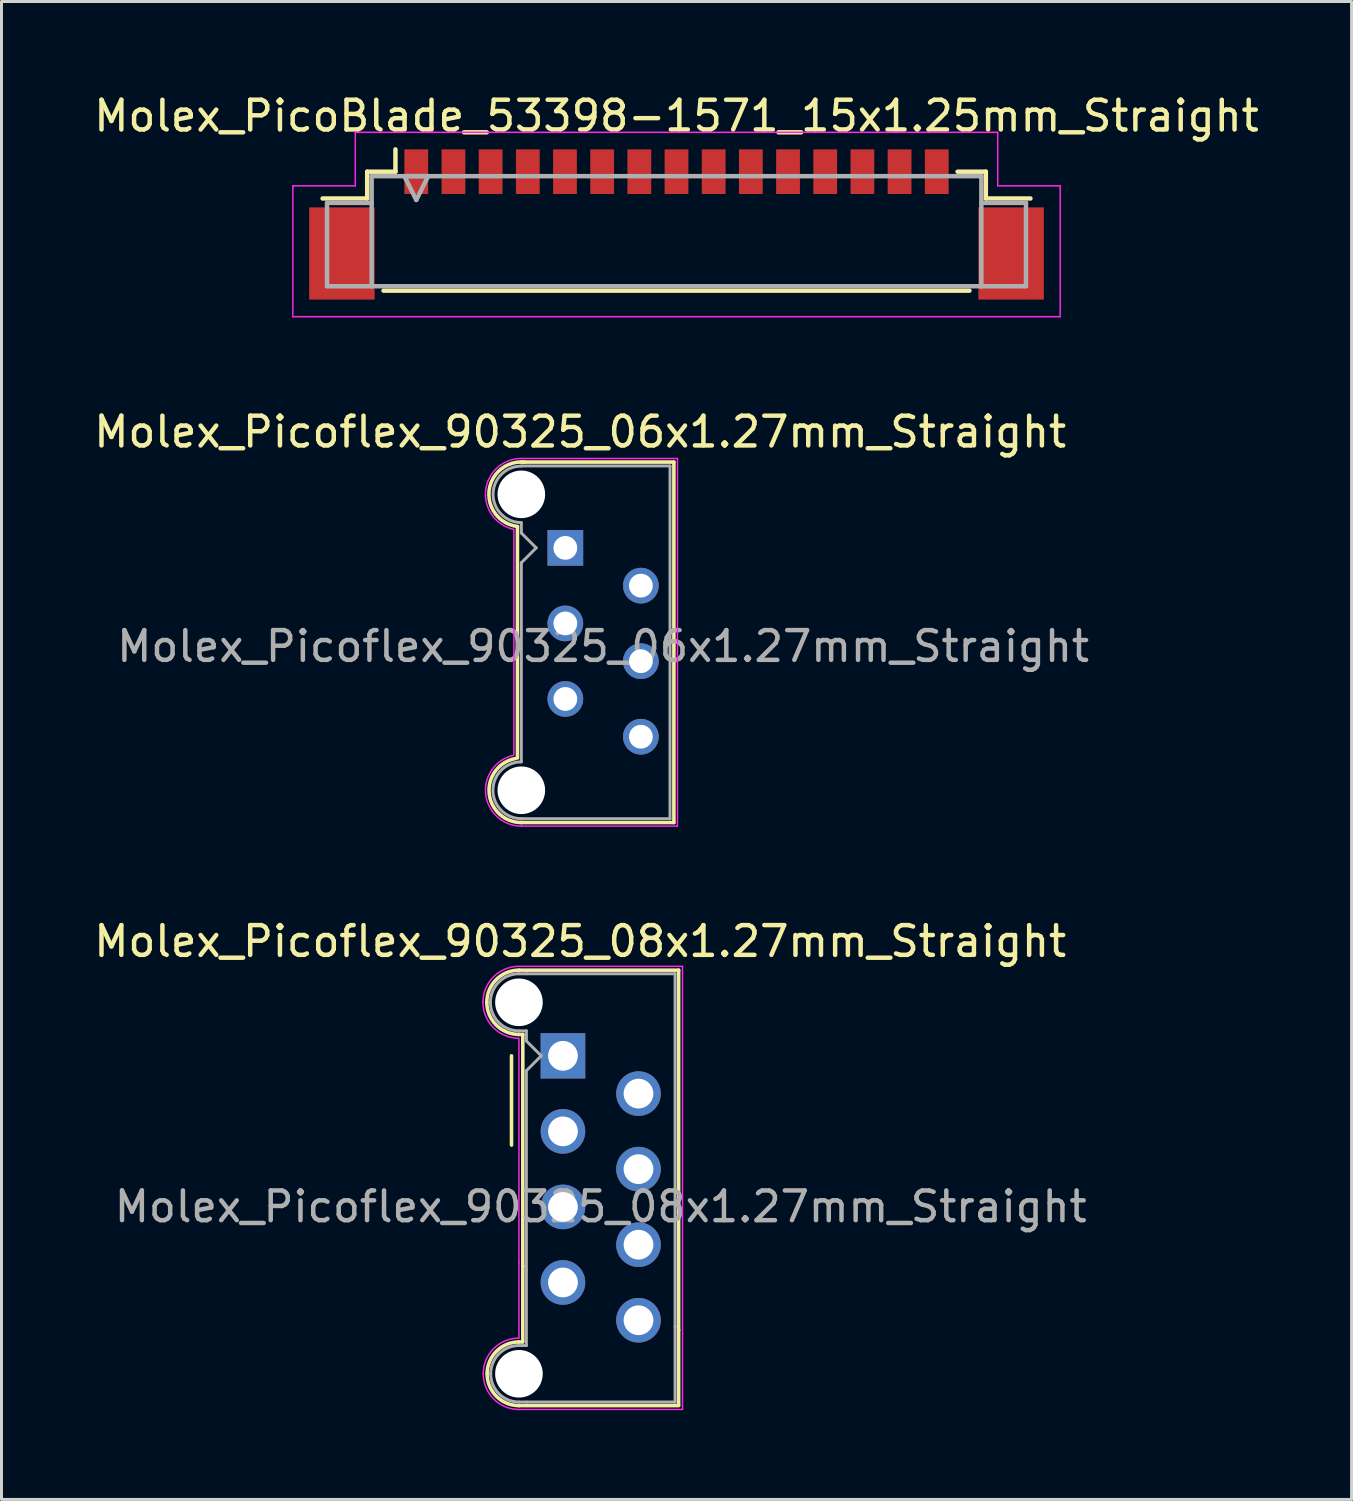
<source format=kicad_pcb>
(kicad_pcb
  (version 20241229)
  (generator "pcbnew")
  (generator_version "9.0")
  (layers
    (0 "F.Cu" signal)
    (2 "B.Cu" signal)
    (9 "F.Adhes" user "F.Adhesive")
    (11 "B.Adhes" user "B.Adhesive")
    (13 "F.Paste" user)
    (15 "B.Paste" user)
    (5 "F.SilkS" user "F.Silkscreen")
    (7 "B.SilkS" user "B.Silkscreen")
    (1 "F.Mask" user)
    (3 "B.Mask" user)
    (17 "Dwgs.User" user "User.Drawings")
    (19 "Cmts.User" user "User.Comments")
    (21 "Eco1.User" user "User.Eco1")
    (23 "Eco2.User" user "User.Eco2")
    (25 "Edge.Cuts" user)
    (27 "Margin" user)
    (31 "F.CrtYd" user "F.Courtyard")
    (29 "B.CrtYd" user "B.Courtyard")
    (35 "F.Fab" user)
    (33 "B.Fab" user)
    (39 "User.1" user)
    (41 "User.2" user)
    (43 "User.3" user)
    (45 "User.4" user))
  (footprint "Molex_Picoflex_90325_06x1.27mm_Straight"
    (layer "F.Cu")
    (at 15.958 15.371)
    (property "Reference" "Molex_Picoflex_90325_06x1.27mm_Straight" (at 0.5 -3.9 0) (layer "F.SilkS") (effects (font (size 1 1) (thickness 0.15))))
    (attr through_hole)
    (fp_line (start -1.61 -0.715) (end -1.61 7.065) (stroke (width 0.12) (type solid)) (layer "F.SilkS"))
    (fp_line (start -1.48 -2.885) (end 3.65 -2.885) (stroke (width 0.12) (type solid)) (layer "F.SilkS"))
    (fp_line (start 3.65 -2.885) (end 3.65 9.235) (stroke (width 0.12) (type solid)) (layer "F.SilkS"))
    (fp_line (start 3.65 9.235) (end -1.48 9.235) (stroke (width 0.12) (type solid)) (layer "F.SilkS"))
    (fp_arc (start -1.61 -0.72) (mid -2.56 -1.93) (end -1.35 -2.88) (stroke (width 0.12) (type solid)) (layer "F.SilkS"))
    (fp_arc (start -1.47 9.235) (mid -2.56 8.254526) (end -1.678256 7.08322) (stroke (width 0.12) (type solid)) (layer "F.SilkS"))
    (fp_line (start -1.73 -0.595) (end -1.73 6.945) (stroke (width 0.05) (type solid)) (layer "F.CrtYd"))
    (fp_line (start -1.48 -3.005) (end 3.77 -3.005) (stroke (width 0.05) (type solid)) (layer "F.CrtYd"))
    (fp_line (start 3.77 -3.005) (end 3.77 9.355) (stroke (width 0.05) (type solid)) (layer "F.CrtYd"))
    (fp_line (start 3.77 9.355) (end -1.48 9.355) (stroke (width 0.05) (type solid)) (layer "F.CrtYd"))
    (fp_arc (start -1.73 -0.62) (mid -2.679668 -1.925287) (end -1.480799 -3.006192) (stroke (width 0.05) (type solid)) (layer "F.CrtYd"))
    (fp_arc (start -1.47 9.355) (mid -2.677354 8.285902) (end -1.740315 6.973411) (stroke (width 0.05) (type solid)) (layer "F.CrtYd"))
    (fp_line (start -1.48 -2.755) (end 3.52 -2.755) (stroke (width 0.1) (type solid)) (layer "F.Fab"))
    (fp_line (start -1.48 -0.845) (end -1.48 -0.5) (stroke (width 0.1) (type solid)) (layer "F.Fab"))
    (fp_line (start -1.48 -0.5) (end -0.98 0) (stroke (width 0.1) (type solid)) (layer "F.Fab"))
    (fp_line (start -1.48 0.5) (end -1.48 7.195) (stroke (width 0.1) (type solid)) (layer "F.Fab"))
    (fp_line (start -0.98 0) (end -1.48 0.5) (stroke (width 0.1) (type solid)) (layer "F.Fab"))
    (fp_line (start 3.52 -2.755) (end 3.52 9.105) (stroke (width 0.1) (type solid)) (layer "F.Fab"))
    (fp_line (start 3.52 9.105) (end -1.48 9.105) (stroke (width 0.1) (type solid)) (layer "F.Fab"))
    (fp_arc (start -1.48 -0.85) (mid -2.43 -1.8) (end -1.48 -2.75) (stroke (width 0.1) (type solid)) (layer "F.Fab"))
    (fp_arc (start -1.48 9.105) (mid -2.435 8.15) (end -1.48 7.195) (stroke (width 0.1) (type solid)) (layer "F.Fab"))
    (fp_text user "${REFERENCE}" (at 1.27 3.31 0) (layer "F.Fab") (effects (font (size 1 1) (thickness 0.15))))
    (pad "" np_thru_hole circle (at -1.48 -1.8) (size 1.6 1.6) (drill 1.6) (layers "*.Cu"))
    (pad "" np_thru_hole circle (at -1.48 8.15) (size 1.6 1.6) (drill 1.6) (layers "*.Cu"))
    (pad "1" thru_hole rect (at 0 0) (size 1.2 1.2) (drill 0.8) (layers "*.Cu" "*.Mask"))
    (pad "2" thru_hole circle (at 2.54 1.27) (size 1.2 1.2) (drill 0.8) (layers "*.Cu" "*.Mask"))
    (pad "3" thru_hole circle (at 0 2.54) (size 1.2 1.2) (drill 0.8) (layers "*.Cu" "*.Mask"))
    (pad "4" thru_hole circle (at 2.54 3.81) (size 1.2 1.2) (drill 0.8) (layers "*.Cu" "*.Mask"))
    (pad "5" thru_hole circle (at 0 5.08) (size 1.2 1.2) (drill 0.8) (layers "*.Cu" "*.Mask"))
    (pad "6" thru_hole circle (at 2.54 6.35) (size 1.2 1.2) (drill 0.8) (layers "*.Cu" "*.Mask")))
  (footprint "Molex_Picoflex_90325_08x1.27mm_Straight"
    (layer "F.Cu")
    (at 15.878 32.45)
    (property "Reference" "Molex_Picoflex_90325_08x1.27mm_Straight" (at 0.58 -3.85 0) (layer "F.SilkS") (effects (font (size 1 1) (thickness 0.15))))
    (attr through_hole)
    (fp_line (start -1.73 0) (end -1.73 3) (stroke (width 0.12) (type solid)) (layer "F.SilkS"))
    (fp_line (start -1.48 -2.88) (end 3.89 -2.88) (stroke (width 0.12) (type solid)) (layer "F.SilkS"))
    (fp_line (start -1.36 9.62) (end -1.49 9.62) (stroke (width 0.12) (type solid)) (layer "F.SilkS"))
    (fp_line (start -1.35 -0.72) (end -1.49 -0.72) (stroke (width 0.12) (type solid)) (layer "F.SilkS"))
    (fp_line (start -1.35 -0.72) (end -1.35 7.08) (stroke (width 0.12) (type solid)) (layer "F.SilkS"))
    (fp_line (start -1.35 7.08) (end -1.35 9.62) (stroke (width 0.12) (type solid)) (layer "F.SilkS"))
    (fp_line (start 3.89 -2.88) (end 3.89 9.22) (stroke (width 0.12) (type solid)) (layer "F.SilkS"))
    (fp_line (start 3.89 9.22) (end 3.89 11.74) (stroke (width 0.12) (type solid)) (layer "F.SilkS"))
    (fp_line (start 3.89 11.76) (end -1.48 11.76) (stroke (width 0.12) (type solid)) (layer "F.SilkS"))
    (fp_arc (start -2.56 -1.8) (mid -2.243675 -2.563675) (end -1.48 -2.88) (stroke (width 0.12) (type solid)) (layer "F.SilkS"))
    (fp_arc (start -2.55 10.69) (mid -2.236604 9.933396) (end -1.48 9.62) (stroke (width 0.12) (type solid)) (layer "F.SilkS"))
    (fp_arc (start -1.48 -0.72) (mid -2.243675 -1.036325) (end -2.56 -1.8) (stroke (width 0.12) (type solid)) (layer "F.SilkS"))
    (fp_arc (start -1.48 11.76) (mid -2.236604 11.446604) (end -2.55 10.69) (stroke (width 0.12) (type solid)) (layer "F.SilkS"))
    (fp_line (start -1.48 -3.01) (end 4.02 -3.01) (stroke (width 0.05) (type solid)) (layer "F.CrtYd"))
    (fp_line (start -1.48 -0.59) (end -1.48 6.95) (stroke (width 0.05) (type solid)) (layer "F.CrtYd"))
    (fp_line (start -1.48 6.95) (end -1.48 9.48) (stroke (width 0.05) (type solid)) (layer "F.CrtYd"))
    (fp_line (start -1.48 11.89) (end 4.02 11.89) (stroke (width 0.05) (type solid)) (layer "F.CrtYd"))
    (fp_line (start 4.02 -3.01) (end 4.02 9.35) (stroke (width 0.05) (type solid)) (layer "F.CrtYd"))
    (fp_line (start 4.02 9.35) (end 4.02 11.89) (stroke (width 0.05) (type solid)) (layer "F.CrtYd"))
    (fp_arc (start -2.69 -1.8) (mid -2.335599 -2.655599) (end -1.48 -3.01) (stroke (width 0.05) (type solid)) (layer "F.CrtYd"))
    (fp_arc (start -2.68 10.69) (mid -2.328528 9.841472) (end -1.48 9.49) (stroke (width 0.05) (type solid)) (layer "F.CrtYd"))
    (fp_arc (start -1.5 -0.59) (mid -2.349741 -0.958543) (end -2.69 -1.82) (stroke (width 0.05) (type solid)) (layer "F.CrtYd"))
    (fp_arc (start -1.48 11.89) (mid -2.328528 11.538528) (end -2.68 10.69) (stroke (width 0.05) (type solid)) (layer "F.CrtYd"))
    (fp_line (start -1.48 -2.76) (end -1.23 -2.76) (stroke (width 0.1) (type solid)) (layer "F.Fab"))
    (fp_line (start -1.23 -2.76) (end 3.77 -2.76) (stroke (width 0.1) (type solid)) (layer "F.Fab"))
    (fp_line (start -1.23 -0.84) (end -1.46 -0.84) (stroke (width 0.1) (type solid)) (layer "F.Fab"))
    (fp_line (start -1.23 -0.5) (end -1.23 -0.84) (stroke (width 0.1) (type solid)) (layer "F.Fab"))
    (fp_line (start -1.23 0.5) (end -1.23 7.2) (stroke (width 0.1) (type solid)) (layer "F.Fab"))
    (fp_line (start -1.23 0.5) (end -0.73 0) (stroke (width 0.1) (type solid)) (layer "F.Fab"))
    (fp_line (start -1.23 7.21) (end -1.23 9.74) (stroke (width 0.1) (type solid)) (layer "F.Fab"))
    (fp_line (start -1.23 9.74) (end -1.46 9.74) (stroke (width 0.1) (type solid)) (layer "F.Fab"))
    (fp_line (start -1.23 11.64) (end -1.48 11.64) (stroke (width 0.1) (type solid)) (layer "F.Fab"))
    (fp_line (start -0.73 0) (end -1.23 -0.5) (stroke (width 0.1) (type solid)) (layer "F.Fab"))
    (fp_line (start 3.77 -2.76) (end 3.77 9.1) (stroke (width 0.1) (type solid)) (layer "F.Fab"))
    (fp_line (start 3.77 9.1) (end 3.77 11.64) (stroke (width 0.1) (type solid)) (layer "F.Fab"))
    (fp_line (start 3.77 11.64) (end -1.23 11.64) (stroke (width 0.1) (type solid)) (layer "F.Fab"))
    (fp_arc (start -2.44 -1.79) (mid -2.165894 -2.471751) (end -1.49 -2.76) (stroke (width 0.1) (type solid)) (layer "F.Fab"))
    (fp_arc (start -2.43 10.69) (mid -2.151751 10.018249) (end -1.48 9.74) (stroke (width 0.1) (type solid)) (layer "F.Fab"))
    (fp_arc (start -1.49 11.64) (mid -2.158823 11.35468) (end -2.43 10.68) (stroke (width 0.1) (type solid)) (layer "F.Fab"))
    (fp_arc (start -1.48 -0.84) (mid -2.158823 -1.121177) (end -2.44 -1.8) (stroke (width 0.1) (type solid)) (layer "F.Fab"))
    (fp_text user "${REFERENCE}" (at 1.27 5.07 0) (layer "F.Fab") (effects (font (size 1 1) (thickness 0.15))))
    (pad "" np_thru_hole circle (at -1.48 -1.8) (size 1.6 1.6) (drill 1.6) (layers "*.Cu" "*.Mask"))
    (pad "" np_thru_hole circle (at -1.48 10.69) (size 1.6 1.6) (drill 1.6) (layers "*.Cu" "*.Mask"))
    (pad "1" thru_hole rect (at 0 0) (size 1.5 1.524) (drill 1) (layers "*.Cu" "*.Mask"))
    (pad "2" thru_hole circle (at 2.54 1.27) (size 1.5 1.5) (drill 1) (layers "*.Cu" "*.Mask"))
    (pad "3" thru_hole circle (at 0 2.54) (size 1.5 1.5) (drill 1) (layers "*.Cu" "*.Mask"))
    (pad "4" thru_hole circle (at 2.54 3.81) (size 1.5 1.5) (drill 1) (layers "*.Cu" "*.Mask"))
    (pad "5" thru_hole circle (at 0 5.08) (size 1.5 1.5) (drill 1) (layers "*.Cu" "*.Mask"))
    (pad "6" thru_hole circle (at 2.54 6.35) (size 1.5 1.5) (drill 1) (layers "*.Cu" "*.Mask"))
    (pad "7" thru_hole circle (at 0 7.62) (size 1.5 1.5) (drill 1) (layers "*.Cu" "*.Mask"))
    (pad "8" thru_hole circle (at 2.54 8.89) (size 1.5 1.5) (drill 1) (layers "*.Cu" "*.Mask")))
  (footprint "Molex_PicoBlade_53398-1571_15x1.25mm_Straight"
    (layer "F.Cu")
    (at 19.696 4.098)
    (property "Reference" "Molex_PicoBlade_53398-1571_15x1.25mm_Straight" (at 0 -3.25 0) (layer "F.SilkS") (effects (font (size 1 1) (thickness 0.15))))
    (attr smd)
    (fp_line (start -10.4 -1.375) (end -10.4 -0.475) (stroke (width 0.15) (type solid)) (layer "F.SilkS"))
    (fp_line (start -10.4 -0.475) (end -11.9 -0.475) (stroke (width 0.15) (type solid)) (layer "F.SilkS"))
    (fp_line (start -9.85 2.625) (end 9.85 2.625) (stroke (width 0.15) (type solid)) (layer "F.SilkS"))
    (fp_line (start -9.45 -1.375) (end -10.4 -1.375) (stroke (width 0.15) (type solid)) (layer "F.SilkS"))
    (fp_line (start -9.45 -1.375) (end -9.45 -2.125) (stroke (width 0.15) (type solid)) (layer "F.SilkS"))
    (fp_line (start 9.45 -1.375) (end 10.4 -1.375) (stroke (width 0.15) (type solid)) (layer "F.SilkS"))
    (fp_line (start 10.4 -1.375) (end 10.4 -0.475) (stroke (width 0.15) (type solid)) (layer "F.SilkS"))
    (fp_line (start 10.4 -0.475) (end 11.9 -0.475) (stroke (width 0.15) (type solid)) (layer "F.SilkS"))
    (fp_line (start -12.9 -0.9) (end -12.9 3.5) (stroke (width 0.05) (type solid)) (layer "F.CrtYd"))
    (fp_line (start -12.9 3.5) (end 0 3.5) (stroke (width 0.05) (type solid)) (layer "F.CrtYd"))
    (fp_line (start -10.8 -2.7) (end -10.8 -0.9) (stroke (width 0.05) (type solid)) (layer "F.CrtYd"))
    (fp_line (start -10.8 -0.9) (end -12.9 -0.9) (stroke (width 0.05) (type solid)) (layer "F.CrtYd"))
    (fp_line (start 0 -2.7) (end -10.8 -2.7) (stroke (width 0.05) (type solid)) (layer "F.CrtYd"))
    (fp_line (start 0 -2.7) (end 10.8 -2.7) (stroke (width 0.05) (type solid)) (layer "F.CrtYd"))
    (fp_line (start 10.8 -2.7) (end 10.8 -0.9) (stroke (width 0.05) (type solid)) (layer "F.CrtYd"))
    (fp_line (start 10.8 -0.9) (end 12.9 -0.9) (stroke (width 0.05) (type solid)) (layer "F.CrtYd"))
    (fp_line (start 12.9 -0.9) (end 12.9 3.5) (stroke (width 0.05) (type solid)) (layer "F.CrtYd"))
    (fp_line (start 12.9 3.5) (end 0 3.5) (stroke (width 0.05) (type solid)) (layer "F.CrtYd"))
    (fp_line (start -11.75 -0.325) (end -10.25 -0.325) (stroke (width 0.15) (type solid)) (layer "F.Fab"))
    (fp_line (start -11.75 2.475) (end -11.75 -0.325) (stroke (width 0.15) (type solid)) (layer "F.Fab"))
    (fp_line (start -10.25 -1.225) (end -10.25 2.475) (stroke (width 0.15) (type solid)) (layer "F.Fab"))
    (fp_line (start -10.25 2.475) (end -11.75 2.475) (stroke (width 0.15) (type solid)) (layer "F.Fab"))
    (fp_line (start -10.25 2.475) (end 10.25 2.475) (stroke (width 0.15) (type solid)) (layer "F.Fab"))
    (fp_line (start -9.15 -1.225) (end -8.75 -0.425) (stroke (width 0.15) (type solid)) (layer "F.Fab"))
    (fp_line (start -8.75 -0.425) (end -8.35 -1.225) (stroke (width 0.15) (type solid)) (layer "F.Fab"))
    (fp_line (start -8.35 -1.225) (end -9.15 -1.225) (stroke (width 0.15) (type solid)) (layer "F.Fab"))
    (fp_line (start 10.25 -1.225) (end -10.25 -1.225) (stroke (width 0.15) (type solid)) (layer "F.Fab"))
    (fp_line (start 10.25 2.475) (end 10.25 -1.225) (stroke (width 0.15) (type solid)) (layer "F.Fab"))
    (fp_line (start 10.25 2.475) (end 11.75 2.475) (stroke (width 0.15) (type solid)) (layer "F.Fab"))
    (fp_line (start 11.75 -0.325) (end 10.25 -0.325) (stroke (width 0.15) (type solid)) (layer "F.Fab"))
    (fp_line (start 11.75 2.475) (end 11.75 -0.325) (stroke (width 0.15) (type solid)) (layer "F.Fab"))
    (pad "" smd rect (at -11.25 1.375) (size 2.2 3.1) (layers "F.Cu" "F.Mask" "F.Paste"))
    (pad "" smd rect (at 11.25 1.375) (size 2.2 3.1) (layers "F.Cu" "F.Mask" "F.Paste"))
    (pad "1" smd rect (at -8.75 -1.375) (size 0.8 1.5) (layers "F.Cu" "F.Mask" "F.Paste"))
    (pad "2" smd rect (at -7.5 -1.375) (size 0.8 1.5) (layers "F.Cu" "F.Mask" "F.Paste"))
    (pad "3" smd rect (at -6.25 -1.375) (size 0.8 1.5) (layers "F.Cu" "F.Mask" "F.Paste"))
    (pad "4" smd rect (at -5 -1.375) (size 0.8 1.5) (layers "F.Cu" "F.Mask" "F.Paste"))
    (pad "5" smd rect (at -3.75 -1.375) (size 0.8 1.5) (layers "F.Cu" "F.Mask" "F.Paste"))
    (pad "6" smd rect (at -2.5 -1.375) (size 0.8 1.5) (layers "F.Cu" "F.Mask" "F.Paste"))
    (pad "7" smd rect (at -1.25 -1.375) (size 0.8 1.5) (layers "F.Cu" "F.Mask" "F.Paste"))
    (pad "8" smd rect (at 0 -1.375) (size 0.8 1.5) (layers "F.Cu" "F.Mask" "F.Paste"))
    (pad "9" smd rect (at 1.25 -1.375) (size 0.8 1.5) (layers "F.Cu" "F.Mask" "F.Paste"))
    (pad "10" smd rect (at 2.5 -1.375) (size 0.8 1.5) (layers "F.Cu" "F.Mask" "F.Paste"))
    (pad "11" smd rect (at 3.75 -1.375) (size 0.8 1.5) (layers "F.Cu" "F.Mask" "F.Paste"))
    (pad "12" smd rect (at 5 -1.375) (size 0.8 1.5) (layers "F.Cu" "F.Mask" "F.Paste"))
    (pad "13" smd rect (at 6.25 -1.375) (size 0.8 1.5) (layers "F.Cu" "F.Mask" "F.Paste"))
    (pad "14" smd rect (at 7.5 -1.375) (size 0.8 1.5) (layers "F.Cu" "F.Mask" "F.Paste"))
    (pad "15" smd rect (at 8.75 -1.375) (size 0.8 1.5) (layers "F.Cu" "F.Mask" "F.Paste")))
  (gr_rect
    (start -3 -3)
    (end 42.393 47.365)
    (stroke (width 0.1) (type default))
    (fill no)
    (layer "Edge.Cuts")))
</source>
